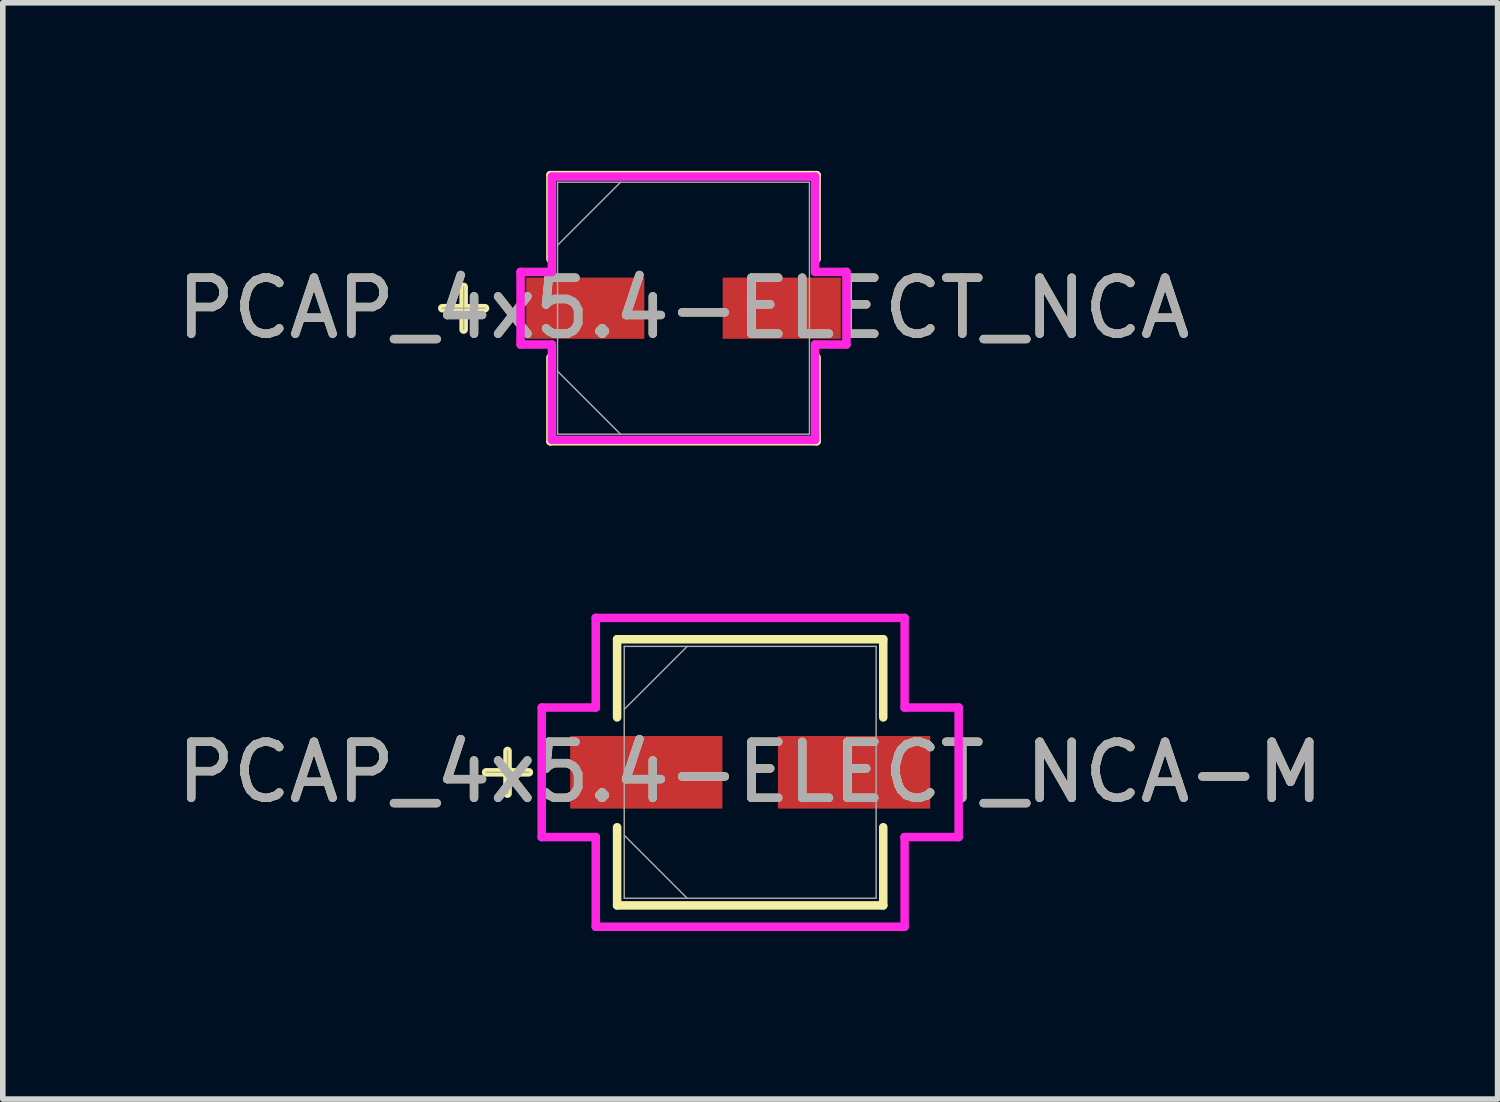
<source format=kicad_pcb>
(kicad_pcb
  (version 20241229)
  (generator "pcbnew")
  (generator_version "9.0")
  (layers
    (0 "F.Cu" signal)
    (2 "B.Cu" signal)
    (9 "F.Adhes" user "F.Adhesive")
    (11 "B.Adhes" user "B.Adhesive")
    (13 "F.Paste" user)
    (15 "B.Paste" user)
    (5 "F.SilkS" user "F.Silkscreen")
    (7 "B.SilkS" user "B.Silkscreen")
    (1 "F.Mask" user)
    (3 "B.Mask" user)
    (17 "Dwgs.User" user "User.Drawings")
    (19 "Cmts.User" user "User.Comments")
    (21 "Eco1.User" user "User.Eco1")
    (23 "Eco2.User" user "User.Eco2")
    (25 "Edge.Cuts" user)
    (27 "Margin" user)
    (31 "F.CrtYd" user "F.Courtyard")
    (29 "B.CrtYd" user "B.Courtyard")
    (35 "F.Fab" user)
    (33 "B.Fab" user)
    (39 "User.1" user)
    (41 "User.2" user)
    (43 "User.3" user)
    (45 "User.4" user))
  (footprint "PCAP_4x5.4-ELECT_NCA-M"
    (layer "F.Cu")
    (at 10.339 10.734)
    (property "Reference" "PCAP_4x5.4-ELECT_NCA-M" (at 0 0 0) (unlocked yes) (layer "F.SilkS") (effects (font (size 1 1) (thickness 0.15))))
    (attr smd)
    (fp_line (start -4.331 -0.381) (end -4.331 0.381) (stroke (width 0.152) (type solid)) (layer "F.SilkS"))
    (fp_line (start -3.95 0) (end -4.712 0) (stroke (width 0.152) (type solid)) (layer "F.SilkS"))
    (fp_line (start -2.375 -2.375) (end -2.375 -0.98) (stroke (width 0.152) (type solid)) (layer "F.SilkS"))
    (fp_line (start -2.375 0.98) (end -2.375 2.375) (stroke (width 0.152) (type solid)) (layer "F.SilkS"))
    (fp_line (start -2.375 2.375) (end 2.375 2.375) (stroke (width 0.152) (type solid)) (layer "F.SilkS"))
    (fp_line (start 2.375 -2.375) (end -2.375 -2.375) (stroke (width 0.152) (type solid)) (layer "F.SilkS"))
    (fp_line (start 2.375 -0.98) (end 2.375 -2.375) (stroke (width 0.152) (type solid)) (layer "F.SilkS"))
    (fp_line (start 2.375 2.375) (end 2.375 0.98) (stroke (width 0.152) (type solid)) (layer "F.SilkS"))
    (fp_line (start -3.721 -1.156) (end -2.756 -1.156) (stroke (width 0.152) (type solid)) (layer "F.CrtYd"))
    (fp_line (start -3.721 1.156) (end -3.721 -1.156) (stroke (width 0.152) (type solid)) (layer "F.CrtYd"))
    (fp_line (start -2.756 -2.756) (end 2.756 -2.756) (stroke (width 0.152) (type solid)) (layer "F.CrtYd"))
    (fp_line (start -2.756 -1.156) (end -2.756 -2.756) (stroke (width 0.152) (type solid)) (layer "F.CrtYd"))
    (fp_line (start -2.756 1.156) (end -3.721 1.156) (stroke (width 0.152) (type solid)) (layer "F.CrtYd"))
    (fp_line (start -2.756 2.756) (end -2.756 1.156) (stroke (width 0.152) (type solid)) (layer "F.CrtYd"))
    (fp_line (start 2.756 -2.756) (end 2.756 -1.156) (stroke (width 0.152) (type solid)) (layer "F.CrtYd"))
    (fp_line (start 2.756 -1.156) (end 3.721 -1.156) (stroke (width 0.152) (type solid)) (layer "F.CrtYd"))
    (fp_line (start 2.756 1.156) (end 2.756 2.756) (stroke (width 0.152) (type solid)) (layer "F.CrtYd"))
    (fp_line (start 2.756 2.756) (end -2.756 2.756) (stroke (width 0.152) (type solid)) (layer "F.CrtYd"))
    (fp_line (start 3.721 -1.156) (end 3.721 1.156) (stroke (width 0.152) (type solid)) (layer "F.CrtYd"))
    (fp_line (start 3.721 1.156) (end 2.756 1.156) (stroke (width 0.152) (type solid)) (layer "F.CrtYd"))
    (fp_line (start -4.331 -0.381) (end -4.331 0.381) (stroke (width 0.025) (type solid)) (layer "F.Fab"))
    (fp_line (start -3.95 0) (end -4.712 0) (stroke (width 0.025) (type solid)) (layer "F.Fab"))
    (fp_line (start -2.248 -2.248) (end -2.248 2.248) (stroke (width 0.025) (type solid)) (layer "F.Fab"))
    (fp_line (start -2.248 -1.124) (end -1.124 -2.248) (stroke (width 0.025) (type solid)) (layer "F.Fab"))
    (fp_line (start -2.248 1.124) (end -1.124 2.248) (stroke (width 0.025) (type solid)) (layer "F.Fab"))
    (fp_line (start -2.248 2.248) (end 2.248 2.248) (stroke (width 0.025) (type solid)) (layer "F.Fab"))
    (fp_line (start 2.248 -2.248) (end -2.248 -2.248) (stroke (width 0.025) (type solid)) (layer "F.Fab"))
    (fp_line (start 2.248 2.248) (end 2.248 -2.248) (stroke (width 0.025) (type solid)) (layer "F.Fab"))
    (fp_text user "${REFERENCE}" (at 0 0 0) (unlocked yes) (layer "F.Fab") (effects (font (size 1 1) (thickness 0.15))))
    (pad "1" smd rect (at -1.854 0) (size 2.718 1.295) (layers "F.Cu" "F.Mask" "F.Paste"))
    (pad "2" smd rect (at 1.854 0) (size 2.718 1.295) (layers "F.Cu" "F.Mask" "F.Paste"))
    (zone (net_name "") (layer "F.Cu") (hatch full 0.508) (connect_pads) (min_thickness 0.254) (filled_areas_thickness no) (keepout (tracks not_allowed) (vias not_allowed) (pads allowed) (copperpour not_allowed) (footprints allowed)) (placement (enabled no)) (fill) (polygon (pts (xy 8.142 8.537) (xy 12.536 8.537) (xy 12.536 10.036) (xy 8.142 10.036))))
    (zone (net_name "") (layer "F.Cu") (hatch full 0.508) (connect_pads) (min_thickness 0.254) (filled_areas_thickness no) (keepout (tracks not_allowed) (vias not_allowed) (pads allowed) (copperpour not_allowed) (footprints allowed)) (placement (enabled no)) (fill) (polygon (pts (xy 8.142 11.433) (xy 12.536 11.433) (xy 12.536 12.931) (xy 8.142 12.931))))
    (zone (net_name "") (layer "F.Cu") (hatch full 0.508) (connect_pads) (min_thickness 0.254) (filled_areas_thickness no) (keepout (tracks not_allowed) (vias not_allowed) (pads allowed) (copperpour not_allowed) (footprints allowed)) (placement (enabled no)) (fill) (polygon (pts (xy 9.895 10.036) (xy 10.784 10.036) (xy 10.784 11.433) (xy 9.895 11.433)))))
  (footprint "PCAP_4x5.4-ELECT_NCA"
    (layer "F.Cu")
    (at 9.149 2.451)
    (property "Reference" "PCAP_4x5.4-ELECT_NCA" (at 0 0 0) (unlocked yes) (layer "F.SilkS") (effects (font (size 1 1) (thickness 0.15))))
    (attr smd)
    (fp_line (start -3.924 -0.381) (end -3.924 0.381) (stroke (width 0.152) (type solid)) (layer "F.SilkS"))
    (fp_line (start -3.543 0) (end -4.305 0) (stroke (width 0.152) (type solid)) (layer "F.SilkS"))
    (fp_line (start -2.375 -2.375) (end -2.375 -0.879) (stroke (width 0.152) (type solid)) (layer "F.SilkS"))
    (fp_line (start -2.375 0.879) (end -2.375 2.375) (stroke (width 0.152) (type solid)) (layer "F.SilkS"))
    (fp_line (start -2.375 2.375) (end 2.375 2.375) (stroke (width 0.152) (type solid)) (layer "F.SilkS"))
    (fp_line (start 2.375 -2.375) (end -2.375 -2.375) (stroke (width 0.152) (type solid)) (layer "F.SilkS"))
    (fp_line (start 2.375 -0.879) (end 2.375 -2.375) (stroke (width 0.152) (type solid)) (layer "F.SilkS"))
    (fp_line (start 2.375 2.375) (end 2.375 0.879) (stroke (width 0.152) (type solid)) (layer "F.SilkS"))
    (fp_line (start -2.908 -0.648) (end -2.349 -0.648) (stroke (width 0.152) (type solid)) (layer "F.CrtYd"))
    (fp_line (start -2.908 0.648) (end -2.908 -0.648) (stroke (width 0.152) (type solid)) (layer "F.CrtYd"))
    (fp_line (start -2.349 -2.349) (end 2.349 -2.349) (stroke (width 0.152) (type solid)) (layer "F.CrtYd"))
    (fp_line (start -2.349 -0.648) (end -2.349 -2.349) (stroke (width 0.152) (type solid)) (layer "F.CrtYd"))
    (fp_line (start -2.349 0.648) (end -2.908 0.648) (stroke (width 0.152) (type solid)) (layer "F.CrtYd"))
    (fp_line (start -2.349 2.349) (end -2.349 0.648) (stroke (width 0.152) (type solid)) (layer "F.CrtYd"))
    (fp_line (start 2.349 -2.349) (end 2.349 -0.648) (stroke (width 0.152) (type solid)) (layer "F.CrtYd"))
    (fp_line (start 2.349 -0.648) (end 2.908 -0.648) (stroke (width 0.152) (type solid)) (layer "F.CrtYd"))
    (fp_line (start 2.349 0.648) (end 2.349 2.349) (stroke (width 0.152) (type solid)) (layer "F.CrtYd"))
    (fp_line (start 2.349 2.349) (end -2.349 2.349) (stroke (width 0.152) (type solid)) (layer "F.CrtYd"))
    (fp_line (start 2.908 -0.648) (end 2.908 0.648) (stroke (width 0.152) (type solid)) (layer "F.CrtYd"))
    (fp_line (start 2.908 0.648) (end 2.349 0.648) (stroke (width 0.152) (type solid)) (layer "F.CrtYd"))
    (fp_line (start -3.924 -0.381) (end -3.924 0.381) (stroke (width 0.025) (type solid)) (layer "F.Fab"))
    (fp_line (start -3.543 0) (end -4.305 0) (stroke (width 0.025) (type solid)) (layer "F.Fab"))
    (fp_line (start -2.248 -2.248) (end -2.248 2.248) (stroke (width 0.025) (type solid)) (layer "F.Fab"))
    (fp_line (start -2.248 -1.124) (end -1.124 -2.248) (stroke (width 0.025) (type solid)) (layer "F.Fab"))
    (fp_line (start -2.248 1.124) (end -1.124 2.248) (stroke (width 0.025) (type solid)) (layer "F.Fab"))
    (fp_line (start -2.248 2.248) (end 2.248 2.248) (stroke (width 0.025) (type solid)) (layer "F.Fab"))
    (fp_line (start 2.248 -2.248) (end -2.248 -2.248) (stroke (width 0.025) (type solid)) (layer "F.Fab"))
    (fp_line (start 2.248 2.248) (end 2.248 -2.248) (stroke (width 0.025) (type solid)) (layer "F.Fab"))
    (fp_text user "${REFERENCE}" (at 0 0 0) (unlocked yes) (layer "F.Fab") (effects (font (size 1 1) (thickness 0.15))))
    (pad "1" smd rect (at -1.753 0) (size 2.108 1.092) (layers "F.Cu" "F.Mask" "F.Paste"))
    (pad "2" smd rect (at 1.753 0) (size 2.108 1.092) (layers "F.Cu" "F.Mask" "F.Paste"))
    (zone (net_name "") (layer "F.Cu") (hatch full 0.508) (connect_pads) (min_thickness 0.254) (filled_areas_thickness no) (keepout (tracks not_allowed) (vias not_allowed) (pads allowed) (copperpour not_allowed) (footprints allowed)) (placement (enabled no)) (fill) (polygon (pts (xy 6.952 0.254) (xy 11.346 0.254) (xy 11.346 1.854) (xy 6.952 1.854))))
    (zone (net_name "") (layer "F.Cu") (hatch full 0.508) (connect_pads) (min_thickness 0.254) (filled_areas_thickness no) (keepout (tracks not_allowed) (vias not_allowed) (pads allowed) (copperpour not_allowed) (footprints allowed)) (placement (enabled no)) (fill) (polygon (pts (xy 6.952 3.048) (xy 11.346 3.048) (xy 11.346 4.648) (xy 6.952 4.648))))
    (zone (net_name "") (layer "F.Cu") (hatch full 0.508) (connect_pads) (min_thickness 0.254) (filled_areas_thickness no) (keepout (tracks not_allowed) (vias not_allowed) (pads allowed) (copperpour not_allowed) (footprints allowed)) (placement (enabled no)) (fill) (polygon (pts (xy 8.501 1.854) (xy 9.797 1.854) (xy 9.797 3.048) (xy 8.501 3.048)))))
  (gr_rect
    (start -3 -3)
    (end 23.679 16.566)
    (stroke (width 0.1) (type default))
    (fill no)
    (layer "Edge.Cuts")))
</source>
